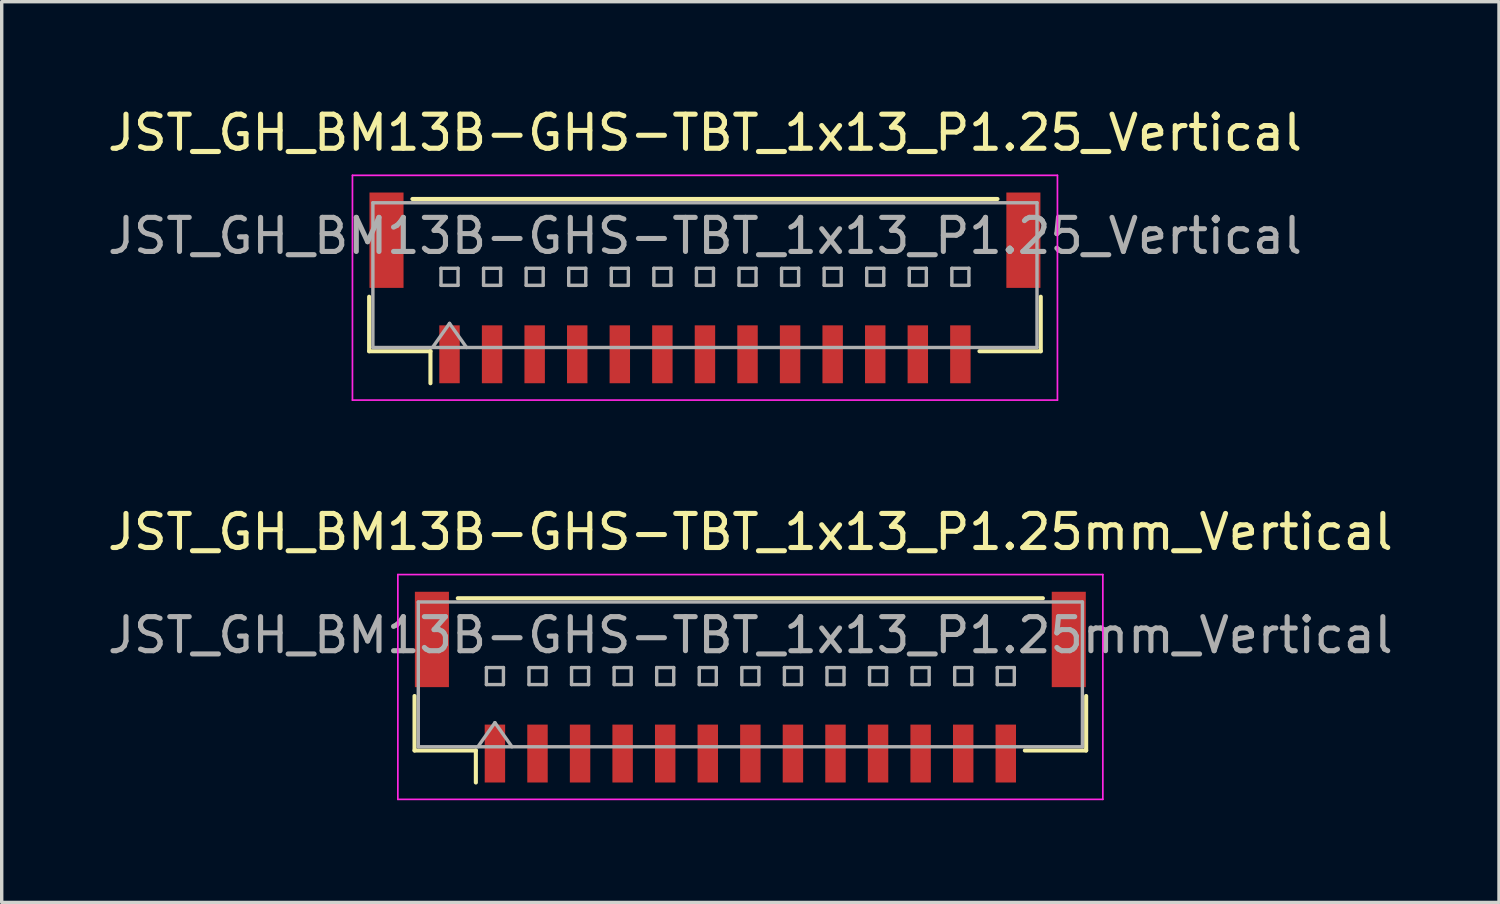
<source format=kicad_pcb>
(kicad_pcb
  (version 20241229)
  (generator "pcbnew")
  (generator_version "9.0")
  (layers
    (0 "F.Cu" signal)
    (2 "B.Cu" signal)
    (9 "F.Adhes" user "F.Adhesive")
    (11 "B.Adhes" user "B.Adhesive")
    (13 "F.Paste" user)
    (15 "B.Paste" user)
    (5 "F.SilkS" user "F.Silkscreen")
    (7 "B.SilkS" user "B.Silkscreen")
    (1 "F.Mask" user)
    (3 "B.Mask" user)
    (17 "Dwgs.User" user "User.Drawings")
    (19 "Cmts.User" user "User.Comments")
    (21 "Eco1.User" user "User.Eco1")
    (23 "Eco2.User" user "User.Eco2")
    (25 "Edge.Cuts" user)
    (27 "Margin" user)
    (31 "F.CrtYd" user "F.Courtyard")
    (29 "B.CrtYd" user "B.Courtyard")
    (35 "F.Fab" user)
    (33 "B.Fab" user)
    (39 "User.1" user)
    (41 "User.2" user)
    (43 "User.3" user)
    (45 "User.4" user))
  (footprint "JST_GH_BM13B-GHS-TBT_1x13_P1.25mm_Vertical"
    (layer "F.Cu")
    (at 18.982 17.401)
    (property "Reference" "JST_GH_BM13B-GHS-TBT_1x13_P1.25mm_Vertical" (at 0 -4.83 0) (layer "F.SilkS") (effects (font (size 1 1) (thickness 0.15))))
    (attr smd)
    (fp_line (start -9.86 -0.015) (end -9.86 1.585) (stroke (width 0.12) (type solid)) (layer "F.SilkS"))
    (fp_line (start -9.86 1.585) (end -8.06 1.585) (stroke (width 0.12) (type solid)) (layer "F.SilkS"))
    (fp_line (start -8.59 -2.885) (end 8.59 -2.885) (stroke (width 0.12) (type solid)) (layer "F.SilkS"))
    (fp_line (start -8.06 1.585) (end -8.06 2.525) (stroke (width 0.12) (type solid)) (layer "F.SilkS"))
    (fp_line (start 9.86 -0.015) (end 9.86 1.585) (stroke (width 0.12) (type solid)) (layer "F.SilkS"))
    (fp_line (start 9.86 1.585) (end 8.06 1.585) (stroke (width 0.12) (type solid)) (layer "F.SilkS"))
    (fp_line (start -10.35 -3.58) (end -10.35 3.02) (stroke (width 0.05) (type solid)) (layer "F.CrtYd"))
    (fp_line (start -10.35 3.02) (end 10.35 3.02) (stroke (width 0.05) (type solid)) (layer "F.CrtYd"))
    (fp_line (start 10.35 -3.58) (end -10.35 -3.58) (stroke (width 0.05) (type solid)) (layer "F.CrtYd"))
    (fp_line (start 10.35 3.02) (end 10.35 -3.58) (stroke (width 0.05) (type solid)) (layer "F.CrtYd"))
    (fp_line (start -9.75 -2.775) (end -9.75 1.475) (stroke (width 0.1) (type solid)) (layer "F.Fab"))
    (fp_line (start -9.75 1.475) (end 9.75 1.475) (stroke (width 0.1) (type solid)) (layer "F.Fab"))
    (fp_line (start -8 1.475) (end -7.5 0.768) (stroke (width 0.1) (type solid)) (layer "F.Fab"))
    (fp_line (start -7.75 -0.85) (end -7.75 -0.35) (stroke (width 0.1) (type solid)) (layer "F.Fab"))
    (fp_line (start -7.75 -0.35) (end -7.25 -0.35) (stroke (width 0.1) (type solid)) (layer "F.Fab"))
    (fp_line (start -7.5 0.768) (end -7 1.475) (stroke (width 0.1) (type solid)) (layer "F.Fab"))
    (fp_line (start -7.25 -0.85) (end -7.75 -0.85) (stroke (width 0.1) (type solid)) (layer "F.Fab"))
    (fp_line (start -7.25 -0.35) (end -7.25 -0.85) (stroke (width 0.1) (type solid)) (layer "F.Fab"))
    (fp_line (start -6.5 -0.85) (end -6.5 -0.35) (stroke (width 0.1) (type solid)) (layer "F.Fab"))
    (fp_line (start -6.5 -0.35) (end -6 -0.35) (stroke (width 0.1) (type solid)) (layer "F.Fab"))
    (fp_line (start -6 -0.85) (end -6.5 -0.85) (stroke (width 0.1) (type solid)) (layer "F.Fab"))
    (fp_line (start -6 -0.35) (end -6 -0.85) (stroke (width 0.1) (type solid)) (layer "F.Fab"))
    (fp_line (start -5.25 -0.85) (end -5.25 -0.35) (stroke (width 0.1) (type solid)) (layer "F.Fab"))
    (fp_line (start -5.25 -0.35) (end -4.75 -0.35) (stroke (width 0.1) (type solid)) (layer "F.Fab"))
    (fp_line (start -4.75 -0.85) (end -5.25 -0.85) (stroke (width 0.1) (type solid)) (layer "F.Fab"))
    (fp_line (start -4.75 -0.35) (end -4.75 -0.85) (stroke (width 0.1) (type solid)) (layer "F.Fab"))
    (fp_line (start -4 -0.85) (end -4 -0.35) (stroke (width 0.1) (type solid)) (layer "F.Fab"))
    (fp_line (start -4 -0.35) (end -3.5 -0.35) (stroke (width 0.1) (type solid)) (layer "F.Fab"))
    (fp_line (start -3.5 -0.85) (end -4 -0.85) (stroke (width 0.1) (type solid)) (layer "F.Fab"))
    (fp_line (start -3.5 -0.35) (end -3.5 -0.85) (stroke (width 0.1) (type solid)) (layer "F.Fab"))
    (fp_line (start -2.75 -0.85) (end -2.75 -0.35) (stroke (width 0.1) (type solid)) (layer "F.Fab"))
    (fp_line (start -2.75 -0.35) (end -2.25 -0.35) (stroke (width 0.1) (type solid)) (layer "F.Fab"))
    (fp_line (start -2.25 -0.85) (end -2.75 -0.85) (stroke (width 0.1) (type solid)) (layer "F.Fab"))
    (fp_line (start -2.25 -0.35) (end -2.25 -0.85) (stroke (width 0.1) (type solid)) (layer "F.Fab"))
    (fp_line (start -1.5 -0.85) (end -1.5 -0.35) (stroke (width 0.1) (type solid)) (layer "F.Fab"))
    (fp_line (start -1.5 -0.35) (end -1 -0.35) (stroke (width 0.1) (type solid)) (layer "F.Fab"))
    (fp_line (start -1 -0.85) (end -1.5 -0.85) (stroke (width 0.1) (type solid)) (layer "F.Fab"))
    (fp_line (start -1 -0.35) (end -1 -0.85) (stroke (width 0.1) (type solid)) (layer "F.Fab"))
    (fp_line (start -0.25 -0.85) (end -0.25 -0.35) (stroke (width 0.1) (type solid)) (layer "F.Fab"))
    (fp_line (start -0.25 -0.35) (end 0.25 -0.35) (stroke (width 0.1) (type solid)) (layer "F.Fab"))
    (fp_line (start 0.25 -0.85) (end -0.25 -0.85) (stroke (width 0.1) (type solid)) (layer "F.Fab"))
    (fp_line (start 0.25 -0.35) (end 0.25 -0.85) (stroke (width 0.1) (type solid)) (layer "F.Fab"))
    (fp_line (start 1 -0.85) (end 1 -0.35) (stroke (width 0.1) (type solid)) (layer "F.Fab"))
    (fp_line (start 1 -0.35) (end 1.5 -0.35) (stroke (width 0.1) (type solid)) (layer "F.Fab"))
    (fp_line (start 1.5 -0.85) (end 1 -0.85) (stroke (width 0.1) (type solid)) (layer "F.Fab"))
    (fp_line (start 1.5 -0.35) (end 1.5 -0.85) (stroke (width 0.1) (type solid)) (layer "F.Fab"))
    (fp_line (start 2.25 -0.85) (end 2.25 -0.35) (stroke (width 0.1) (type solid)) (layer "F.Fab"))
    (fp_line (start 2.25 -0.35) (end 2.75 -0.35) (stroke (width 0.1) (type solid)) (layer "F.Fab"))
    (fp_line (start 2.75 -0.85) (end 2.25 -0.85) (stroke (width 0.1) (type solid)) (layer "F.Fab"))
    (fp_line (start 2.75 -0.35) (end 2.75 -0.85) (stroke (width 0.1) (type solid)) (layer "F.Fab"))
    (fp_line (start 3.5 -0.85) (end 3.5 -0.35) (stroke (width 0.1) (type solid)) (layer "F.Fab"))
    (fp_line (start 3.5 -0.35) (end 4 -0.35) (stroke (width 0.1) (type solid)) (layer "F.Fab"))
    (fp_line (start 4 -0.85) (end 3.5 -0.85) (stroke (width 0.1) (type solid)) (layer "F.Fab"))
    (fp_line (start 4 -0.35) (end 4 -0.85) (stroke (width 0.1) (type solid)) (layer "F.Fab"))
    (fp_line (start 4.75 -0.85) (end 4.75 -0.35) (stroke (width 0.1) (type solid)) (layer "F.Fab"))
    (fp_line (start 4.75 -0.35) (end 5.25 -0.35) (stroke (width 0.1) (type solid)) (layer "F.Fab"))
    (fp_line (start 5.25 -0.85) (end 4.75 -0.85) (stroke (width 0.1) (type solid)) (layer "F.Fab"))
    (fp_line (start 5.25 -0.35) (end 5.25 -0.85) (stroke (width 0.1) (type solid)) (layer "F.Fab"))
    (fp_line (start 6 -0.85) (end 6 -0.35) (stroke (width 0.1) (type solid)) (layer "F.Fab"))
    (fp_line (start 6 -0.35) (end 6.5 -0.35) (stroke (width 0.1) (type solid)) (layer "F.Fab"))
    (fp_line (start 6.5 -0.85) (end 6 -0.85) (stroke (width 0.1) (type solid)) (layer "F.Fab"))
    (fp_line (start 6.5 -0.35) (end 6.5 -0.85) (stroke (width 0.1) (type solid)) (layer "F.Fab"))
    (fp_line (start 7.25 -0.85) (end 7.25 -0.35) (stroke (width 0.1) (type solid)) (layer "F.Fab"))
    (fp_line (start 7.25 -0.35) (end 7.75 -0.35) (stroke (width 0.1) (type solid)) (layer "F.Fab"))
    (fp_line (start 7.75 -0.85) (end 7.25 -0.85) (stroke (width 0.1) (type solid)) (layer "F.Fab"))
    (fp_line (start 7.75 -0.35) (end 7.75 -0.85) (stroke (width 0.1) (type solid)) (layer "F.Fab"))
    (fp_line (start 9.75 -2.775) (end -9.75 -2.775) (stroke (width 0.1) (type solid)) (layer "F.Fab"))
    (fp_line (start 9.75 1.475) (end 9.75 -2.775) (stroke (width 0.1) (type solid)) (layer "F.Fab"))
    (fp_text user "${REFERENCE}" (at 0 -1.8 0) (layer "F.Fab") (effects (font (size 1 1) (thickness 0.15))))
    (pad "" smd rect (at -9.35 -1.675) (size 1 2.8) (layers "F.Cu" "F.Mask" "F.Paste"))
    (pad "" smd rect (at 9.35 -1.675) (size 1 2.8) (layers "F.Cu" "F.Mask" "F.Paste"))
    (pad "1" smd rect (at -7.5 1.675) (size 0.6 1.7) (layers "F.Cu" "F.Mask" "F.Paste"))
    (pad "2" smd rect (at -6.25 1.675) (size 0.6 1.7) (layers "F.Cu" "F.Mask" "F.Paste"))
    (pad "3" smd rect (at -5 1.675) (size 0.6 1.7) (layers "F.Cu" "F.Mask" "F.Paste"))
    (pad "4" smd rect (at -3.75 1.675) (size 0.6 1.7) (layers "F.Cu" "F.Mask" "F.Paste"))
    (pad "5" smd rect (at -2.5 1.675) (size 0.6 1.7) (layers "F.Cu" "F.Mask" "F.Paste"))
    (pad "6" smd rect (at -1.25 1.675) (size 0.6 1.7) (layers "F.Cu" "F.Mask" "F.Paste"))
    (pad "7" smd rect (at 0 1.675) (size 0.6 1.7) (layers "F.Cu" "F.Mask" "F.Paste"))
    (pad "8" smd rect (at 1.25 1.675) (size 0.6 1.7) (layers "F.Cu" "F.Mask" "F.Paste"))
    (pad "9" smd rect (at 2.5 1.675) (size 0.6 1.7) (layers "F.Cu" "F.Mask" "F.Paste"))
    (pad "10" smd rect (at 3.75 1.675) (size 0.6 1.7) (layers "F.Cu" "F.Mask" "F.Paste"))
    (pad "11" smd rect (at 5 1.675) (size 0.6 1.7) (layers "F.Cu" "F.Mask" "F.Paste"))
    (pad "12" smd rect (at 6.25 1.675) (size 0.6 1.7) (layers "F.Cu" "F.Mask" "F.Paste"))
    (pad "13" smd rect (at 7.5 1.675) (size 0.6 1.7) (layers "F.Cu" "F.Mask" "F.Paste")))
  (footprint "JST_GH_BM13B-GHS-TBT_1x13_P1.25_Vertical"
    (layer "F.Cu")
    (at 17.649 5.678)
    (property "Reference" "JST_GH_BM13B-GHS-TBT_1x13_P1.25_Vertical" (at 0 -4.83 0) (layer "F.SilkS") (effects (font (size 1 1) (thickness 0.15))))
    (attr smd)
    (fp_line (start -9.86 -0.015) (end -9.86 1.585) (stroke (width 0.12) (type solid)) (layer "F.SilkS"))
    (fp_line (start -9.86 1.585) (end -8.06 1.585) (stroke (width 0.12) (type solid)) (layer "F.SilkS"))
    (fp_line (start -8.59 -2.885) (end 8.59 -2.885) (stroke (width 0.12) (type solid)) (layer "F.SilkS"))
    (fp_line (start -8.06 1.585) (end -8.06 2.525) (stroke (width 0.12) (type solid)) (layer "F.SilkS"))
    (fp_line (start 9.86 -0.015) (end 9.86 1.585) (stroke (width 0.12) (type solid)) (layer "F.SilkS"))
    (fp_line (start 9.86 1.585) (end 8.06 1.585) (stroke (width 0.12) (type solid)) (layer "F.SilkS"))
    (fp_line (start -10.35 -3.58) (end -10.35 3.02) (stroke (width 0.05) (type solid)) (layer "F.CrtYd"))
    (fp_line (start -10.35 3.02) (end 10.35 3.02) (stroke (width 0.05) (type solid)) (layer "F.CrtYd"))
    (fp_line (start 10.35 -3.58) (end -10.35 -3.58) (stroke (width 0.05) (type solid)) (layer "F.CrtYd"))
    (fp_line (start 10.35 3.02) (end 10.35 -3.58) (stroke (width 0.05) (type solid)) (layer "F.CrtYd"))
    (fp_line (start -9.75 -2.775) (end -9.75 1.475) (stroke (width 0.1) (type solid)) (layer "F.Fab"))
    (fp_line (start -9.75 1.475) (end 9.75 1.475) (stroke (width 0.1) (type solid)) (layer "F.Fab"))
    (fp_line (start -8 1.475) (end -7.5 0.768) (stroke (width 0.1) (type solid)) (layer "F.Fab"))
    (fp_line (start -7.75 -0.85) (end -7.75 -0.35) (stroke (width 0.1) (type solid)) (layer "F.Fab"))
    (fp_line (start -7.75 -0.35) (end -7.25 -0.35) (stroke (width 0.1) (type solid)) (layer "F.Fab"))
    (fp_line (start -7.5 0.768) (end -7 1.475) (stroke (width 0.1) (type solid)) (layer "F.Fab"))
    (fp_line (start -7.25 -0.85) (end -7.75 -0.85) (stroke (width 0.1) (type solid)) (layer "F.Fab"))
    (fp_line (start -7.25 -0.35) (end -7.25 -0.85) (stroke (width 0.1) (type solid)) (layer "F.Fab"))
    (fp_line (start -6.5 -0.85) (end -6.5 -0.35) (stroke (width 0.1) (type solid)) (layer "F.Fab"))
    (fp_line (start -6.5 -0.35) (end -6 -0.35) (stroke (width 0.1) (type solid)) (layer "F.Fab"))
    (fp_line (start -6 -0.85) (end -6.5 -0.85) (stroke (width 0.1) (type solid)) (layer "F.Fab"))
    (fp_line (start -6 -0.35) (end -6 -0.85) (stroke (width 0.1) (type solid)) (layer "F.Fab"))
    (fp_line (start -5.25 -0.85) (end -5.25 -0.35) (stroke (width 0.1) (type solid)) (layer "F.Fab"))
    (fp_line (start -5.25 -0.35) (end -4.75 -0.35) (stroke (width 0.1) (type solid)) (layer "F.Fab"))
    (fp_line (start -4.75 -0.85) (end -5.25 -0.85) (stroke (width 0.1) (type solid)) (layer "F.Fab"))
    (fp_line (start -4.75 -0.35) (end -4.75 -0.85) (stroke (width 0.1) (type solid)) (layer "F.Fab"))
    (fp_line (start -4 -0.85) (end -4 -0.35) (stroke (width 0.1) (type solid)) (layer "F.Fab"))
    (fp_line (start -4 -0.35) (end -3.5 -0.35) (stroke (width 0.1) (type solid)) (layer "F.Fab"))
    (fp_line (start -3.5 -0.85) (end -4 -0.85) (stroke (width 0.1) (type solid)) (layer "F.Fab"))
    (fp_line (start -3.5 -0.35) (end -3.5 -0.85) (stroke (width 0.1) (type solid)) (layer "F.Fab"))
    (fp_line (start -2.75 -0.85) (end -2.75 -0.35) (stroke (width 0.1) (type solid)) (layer "F.Fab"))
    (fp_line (start -2.75 -0.35) (end -2.25 -0.35) (stroke (width 0.1) (type solid)) (layer "F.Fab"))
    (fp_line (start -2.25 -0.85) (end -2.75 -0.85) (stroke (width 0.1) (type solid)) (layer "F.Fab"))
    (fp_line (start -2.25 -0.35) (end -2.25 -0.85) (stroke (width 0.1) (type solid)) (layer "F.Fab"))
    (fp_line (start -1.5 -0.85) (end -1.5 -0.35) (stroke (width 0.1) (type solid)) (layer "F.Fab"))
    (fp_line (start -1.5 -0.35) (end -1 -0.35) (stroke (width 0.1) (type solid)) (layer "F.Fab"))
    (fp_line (start -1 -0.85) (end -1.5 -0.85) (stroke (width 0.1) (type solid)) (layer "F.Fab"))
    (fp_line (start -1 -0.35) (end -1 -0.85) (stroke (width 0.1) (type solid)) (layer "F.Fab"))
    (fp_line (start -0.25 -0.85) (end -0.25 -0.35) (stroke (width 0.1) (type solid)) (layer "F.Fab"))
    (fp_line (start -0.25 -0.35) (end 0.25 -0.35) (stroke (width 0.1) (type solid)) (layer "F.Fab"))
    (fp_line (start 0.25 -0.85) (end -0.25 -0.85) (stroke (width 0.1) (type solid)) (layer "F.Fab"))
    (fp_line (start 0.25 -0.35) (end 0.25 -0.85) (stroke (width 0.1) (type solid)) (layer "F.Fab"))
    (fp_line (start 1 -0.85) (end 1 -0.35) (stroke (width 0.1) (type solid)) (layer "F.Fab"))
    (fp_line (start 1 -0.35) (end 1.5 -0.35) (stroke (width 0.1) (type solid)) (layer "F.Fab"))
    (fp_line (start 1.5 -0.85) (end 1 -0.85) (stroke (width 0.1) (type solid)) (layer "F.Fab"))
    (fp_line (start 1.5 -0.35) (end 1.5 -0.85) (stroke (width 0.1) (type solid)) (layer "F.Fab"))
    (fp_line (start 2.25 -0.85) (end 2.25 -0.35) (stroke (width 0.1) (type solid)) (layer "F.Fab"))
    (fp_line (start 2.25 -0.35) (end 2.75 -0.35) (stroke (width 0.1) (type solid)) (layer "F.Fab"))
    (fp_line (start 2.75 -0.85) (end 2.25 -0.85) (stroke (width 0.1) (type solid)) (layer "F.Fab"))
    (fp_line (start 2.75 -0.35) (end 2.75 -0.85) (stroke (width 0.1) (type solid)) (layer "F.Fab"))
    (fp_line (start 3.5 -0.85) (end 3.5 -0.35) (stroke (width 0.1) (type solid)) (layer "F.Fab"))
    (fp_line (start 3.5 -0.35) (end 4 -0.35) (stroke (width 0.1) (type solid)) (layer "F.Fab"))
    (fp_line (start 4 -0.85) (end 3.5 -0.85) (stroke (width 0.1) (type solid)) (layer "F.Fab"))
    (fp_line (start 4 -0.35) (end 4 -0.85) (stroke (width 0.1) (type solid)) (layer "F.Fab"))
    (fp_line (start 4.75 -0.85) (end 4.75 -0.35) (stroke (width 0.1) (type solid)) (layer "F.Fab"))
    (fp_line (start 4.75 -0.35) (end 5.25 -0.35) (stroke (width 0.1) (type solid)) (layer "F.Fab"))
    (fp_line (start 5.25 -0.85) (end 4.75 -0.85) (stroke (width 0.1) (type solid)) (layer "F.Fab"))
    (fp_line (start 5.25 -0.35) (end 5.25 -0.85) (stroke (width 0.1) (type solid)) (layer "F.Fab"))
    (fp_line (start 6 -0.85) (end 6 -0.35) (stroke (width 0.1) (type solid)) (layer "F.Fab"))
    (fp_line (start 6 -0.35) (end 6.5 -0.35) (stroke (width 0.1) (type solid)) (layer "F.Fab"))
    (fp_line (start 6.5 -0.85) (end 6 -0.85) (stroke (width 0.1) (type solid)) (layer "F.Fab"))
    (fp_line (start 6.5 -0.35) (end 6.5 -0.85) (stroke (width 0.1) (type solid)) (layer "F.Fab"))
    (fp_line (start 7.25 -0.85) (end 7.25 -0.35) (stroke (width 0.1) (type solid)) (layer "F.Fab"))
    (fp_line (start 7.25 -0.35) (end 7.75 -0.35) (stroke (width 0.1) (type solid)) (layer "F.Fab"))
    (fp_line (start 7.75 -0.85) (end 7.25 -0.85) (stroke (width 0.1) (type solid)) (layer "F.Fab"))
    (fp_line (start 7.75 -0.35) (end 7.75 -0.85) (stroke (width 0.1) (type solid)) (layer "F.Fab"))
    (fp_line (start 9.75 -2.775) (end -9.75 -2.775) (stroke (width 0.1) (type solid)) (layer "F.Fab"))
    (fp_line (start 9.75 1.475) (end 9.75 -2.775) (stroke (width 0.1) (type solid)) (layer "F.Fab"))
    (fp_text user "${REFERENCE}" (at 0 -1.8 0) (layer "F.Fab") (effects (font (size 1 1) (thickness 0.15))))
    (pad "" smd rect (at -9.35 -1.675) (size 1 2.8) (layers "F.Cu" "F.Mask" "F.Paste"))
    (pad "" smd rect (at 9.35 -1.675) (size 1 2.8) (layers "F.Cu" "F.Mask" "F.Paste"))
    (pad "1" smd rect (at -7.5 1.675) (size 0.6 1.7) (layers "F.Cu" "F.Mask" "F.Paste"))
    (pad "2" smd rect (at -6.25 1.675) (size 0.6 1.7) (layers "F.Cu" "F.Mask" "F.Paste"))
    (pad "3" smd rect (at -5 1.675) (size 0.6 1.7) (layers "F.Cu" "F.Mask" "F.Paste"))
    (pad "4" smd rect (at -3.75 1.675) (size 0.6 1.7) (layers "F.Cu" "F.Mask" "F.Paste"))
    (pad "5" smd rect (at -2.5 1.675) (size 0.6 1.7) (layers "F.Cu" "F.Mask" "F.Paste"))
    (pad "6" smd rect (at -1.25 1.675) (size 0.6 1.7) (layers "F.Cu" "F.Mask" "F.Paste"))
    (pad "7" smd rect (at 0 1.675) (size 0.6 1.7) (layers "F.Cu" "F.Mask" "F.Paste"))
    (pad "8" smd rect (at 1.25 1.675) (size 0.6 1.7) (layers "F.Cu" "F.Mask" "F.Paste"))
    (pad "9" smd rect (at 2.5 1.675) (size 0.6 1.7) (layers "F.Cu" "F.Mask" "F.Paste"))
    (pad "10" smd rect (at 3.75 1.675) (size 0.6 1.7) (layers "F.Cu" "F.Mask" "F.Paste"))
    (pad "11" smd rect (at 5 1.675) (size 0.6 1.7) (layers "F.Cu" "F.Mask" "F.Paste"))
    (pad "12" smd rect (at 6.25 1.675) (size 0.6 1.7) (layers "F.Cu" "F.Mask" "F.Paste"))
    (pad "13" smd rect (at 7.5 1.675) (size 0.6 1.7) (layers "F.Cu" "F.Mask" "F.Paste")))
  (gr_rect
    (start -3 -3)
    (end 40.964 23.447)
    (stroke (width 0.1) (type default))
    (fill no)
    (layer "Edge.Cuts")))
</source>
